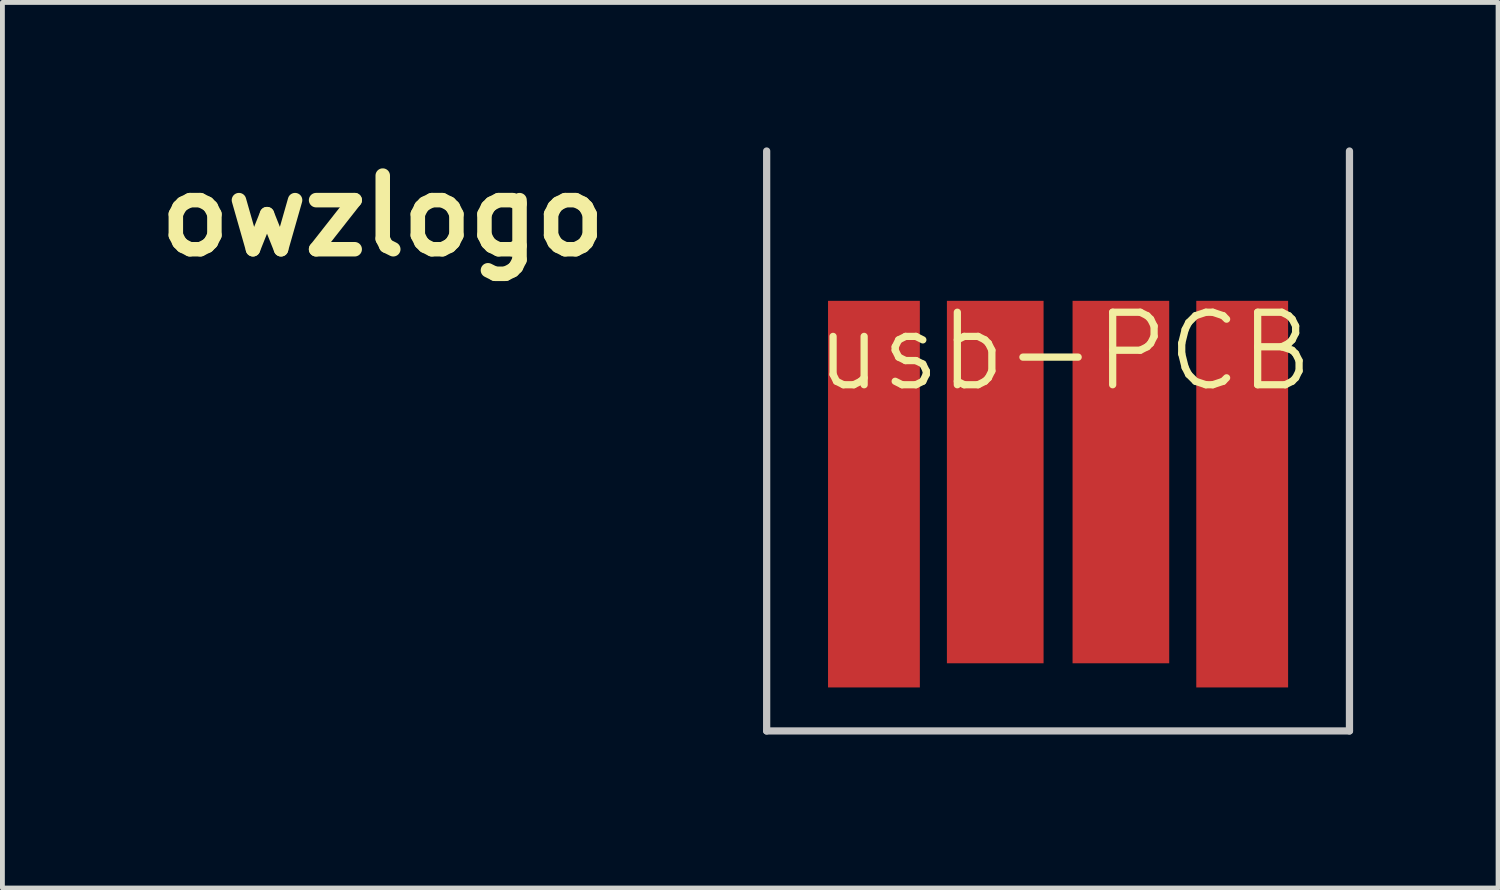
<source format=kicad_pcb>
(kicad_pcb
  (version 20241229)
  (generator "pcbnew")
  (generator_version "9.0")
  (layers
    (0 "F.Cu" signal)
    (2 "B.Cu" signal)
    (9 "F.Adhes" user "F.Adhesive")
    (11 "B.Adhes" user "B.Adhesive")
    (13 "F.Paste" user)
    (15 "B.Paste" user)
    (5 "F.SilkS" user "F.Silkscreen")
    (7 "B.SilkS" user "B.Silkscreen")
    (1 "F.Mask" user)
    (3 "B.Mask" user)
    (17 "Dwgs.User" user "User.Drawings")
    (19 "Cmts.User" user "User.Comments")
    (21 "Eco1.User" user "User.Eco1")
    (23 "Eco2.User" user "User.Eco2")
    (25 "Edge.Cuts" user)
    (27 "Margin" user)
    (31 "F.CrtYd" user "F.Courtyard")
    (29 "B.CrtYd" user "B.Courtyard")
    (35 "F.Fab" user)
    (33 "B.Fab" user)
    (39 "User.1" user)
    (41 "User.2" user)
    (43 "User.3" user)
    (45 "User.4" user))
  (footprint "usb-PCB"
    (layer "F.Cu")
    (at 18.844 12.075)
    (property "Reference" "usb-PCB" (at 0.13 -7.85 0) (layer "F.SilkS") (effects (font (size 1.5 1.5) (thickness 0.15))))
    (attr exclude_from_pos_files)
    (fp_line (start -6.03 0) (end -6.03 -12) (stroke (width 0.15) (type solid)) (layer "Dwgs.User"))
    (fp_line (start 6.03 0) (end -6.03 0) (stroke (width 0.15) (type solid)) (layer "Dwgs.User"))
    (fp_line (start 6.03 0) (end 6.03 -12) (stroke (width 0.15) (type solid)) (layer "Dwgs.User"))
    (pad "1" connect rect (at 3.81 -4.9) (size 1.9 8) (layers "F.Cu" "F.Mask"))
    (pad "2" connect rect (at 1.3 -5.15) (size 2 7.5) (layers "F.Cu" "F.Mask"))
    (pad "3" connect rect (at -1.3 -5.15) (size 2 7.5) (layers "F.Cu" "F.Mask"))
    (pad "4" connect rect (at -3.81 -4.9) (size 1.9 8) (layers "F.Cu" "F.Mask")))
  (footprint "owzlogo"
    (layer "F.Cu")
    (at 4.87 1.418)
    (property "Reference" "owzlogo" (at 0 0 0) (layer "F.SilkS") (effects (font (size 1.524 1.524) (thickness 0.3))))
    (attr through_hole)
    (fp_poly (pts (xy 0.184 -0.056) (xy 0.193 -0.024) (xy 0.183 0.004) (xy 0.157 0.031) (xy 0.129 0.027) (xy 0.11 0.000152) (xy 0.107 -0.042) (xy 0.131 -0.065) (xy 0.152 -0.068) (xy 0.184 -0.056)) (stroke (width 0.01) (type solid)) (fill yes) (layer "F.Mask"))
    (fp_poly (pts (xy -0.485 -0.064) (xy -0.455 -0.047) (xy -0.442 -0.017) (xy -0.452 0.012) (xy -0.46 0.019) (xy -0.491 0.032) (xy -0.515 0.02) (xy -0.523 0.011) (xy -0.535 -0.024) (xy -0.522 -0.053) (xy -0.491 -0.065) (xy -0.485 -0.064)) (stroke (width 0.01) (type solid)) (fill yes) (layer "F.Mask"))
    (fp_poly (pts (xy -0.373 0.607) (xy -0.384 0.657) (xy -0.415 0.688) (xy -0.468 0.71) (xy -0.536 0.721) (xy -0.601 0.721) (xy -0.637 0.712) (xy -0.679 0.686) (xy -0.688 0.653) (xy -0.684 0.637) (xy -0.657 0.612) (xy -0.597 0.59) (xy -0.503 0.572) (xy -0.461 0.566) (xy -0.373 0.554) (xy -0.373 0.607)) (stroke (width 0.01) (type solid)) (fill yes) (layer "F.Mask"))
    (fp_poly (pts (xy 0.311 0.517) (xy 0.356 0.535) (xy 0.386 0.549) (xy 0.471 0.593) (xy 0.525 0.63) (xy 0.55 0.661) (xy 0.549 0.688) (xy 0.548 0.691) (xy 0.514 0.716) (xy 0.458 0.723) (xy 0.39 0.711) (xy 0.367 0.704) (xy 0.299 0.67) (xy 0.254 0.629) (xy 0.236 0.586) (xy 0.245 0.544) (xy 0.263 0.524) (xy 0.283 0.514) (xy 0.311 0.517)) (stroke (width 0.01) (type solid)) (fill yes) (layer "F.Mask"))
    (fp_poly (pts (xy 0.465 -0.713) (xy 0.514 -0.674) (xy 0.553 -0.62) (xy 0.576 -0.56) (xy 0.578 -0.547) (xy 0.581 -0.479) (xy 0.577 -0.426) (xy 0.566 -0.395) (xy 0.558 -0.389) (xy 0.544 -0.403) (xy 0.541 -0.419) (xy 0.532 -0.464) (xy 0.506 -0.524) (xy 0.471 -0.591) (xy 0.43 -0.652) (xy 0.422 -0.662) (xy 0.37 -0.728) (xy 0.416 -0.728) (xy 0.465 -0.713)) (stroke (width 0.01) (type solid)) (fill yes) (layer "F.Mask"))
    (fp_poly (pts (xy -0.403 -0.182) (xy -0.395 -0.179) (xy -0.413 -0.175) (xy -0.46 -0.168) (xy -0.52 -0.16) (xy -0.582 -0.143) (xy -0.642 -0.115) (xy -0.649 -0.111) (xy -0.687 -0.087) (xy -0.705 -0.082) (xy -0.714 -0.094) (xy -0.716 -0.102) (xy -0.715 -0.12) (xy -0.697 -0.134) (xy -0.656 -0.149) (xy -0.617 -0.159) (xy -0.547 -0.174) (xy -0.478 -0.182) (xy -0.437 -0.184) (xy -0.403 -0.182)) (stroke (width 0.01) (type solid)) (fill yes) (layer "F.Mask"))
    (fp_poly (pts (xy -0.729 -0.727) (xy -0.724 -0.719) (xy -0.736 -0.697) (xy -0.766 -0.656) (xy -0.796 -0.614) (xy -0.822 -0.57) (xy -0.848 -0.516) (xy -0.879 -0.441) (xy -0.893 -0.406) (xy -0.903 -0.386) (xy -0.91 -0.388) (xy -0.917 -0.417) (xy -0.922 -0.459) (xy -0.927 -0.528) (xy -0.92 -0.578) (xy -0.908 -0.606) (xy -0.867 -0.663) (xy -0.816 -0.706) (xy -0.763 -0.727) (xy -0.751 -0.728) (xy -0.729 -0.727)) (stroke (width 0.01) (type solid)) (fill yes) (layer "F.Mask"))
    (fp_poly (pts (xy -0.006 -0.56) (xy -0.004 -0.56) (xy 0.053 -0.541) (xy 0.109 -0.515) (xy 0.156 -0.487) (xy 0.187 -0.46) (xy 0.195 -0.441) (xy 0.194 -0.44) (xy 0.179 -0.432) (xy 0.143 -0.428) (xy 0.083 -0.427) (xy -0.005 -0.429) (xy -0.122 -0.434) (xy -0.157 -0.436) (xy -0.218 -0.44) (xy -0.253 -0.447) (xy -0.268 -0.458) (xy -0.271 -0.475) (xy -0.256 -0.514) (xy -0.214 -0.545) (xy -0.154 -0.564) (xy -0.082 -0.57) (xy -0.006 -0.56)) (stroke (width 0.01) (type solid)) (fill yes) (layer "F.Mask"))
    (fp_poly (pts (xy 0.101 -0.188) (xy 0.175 -0.18) (xy 0.252 -0.165) (xy 0.28 -0.159) (xy 0.336 -0.143) (xy 0.367 -0.129) (xy 0.381 -0.11) (xy 0.386 -0.081) (xy 0.387 -0.075) (xy 0.388 -0.036) (xy 0.386 -0.017) (xy 0.386 -0.017) (xy 0.373 -0.029) (xy 0.348 -0.059) (xy 0.335 -0.075) (xy 0.273 -0.13) (xy 0.193 -0.16) (xy 0.093 -0.166) (xy 0.064 -0.165) (xy 0.005 -0.161) (xy -0.024 -0.165) (xy -0.029 -0.175) (xy -0.009 -0.186) (xy 0.037 -0.19) (xy 0.101 -0.188)) (stroke (width 0.01) (type solid)) (fill yes) (layer "F.Mask"))
    (fp_poly (pts (xy -0.123 -0.064) (xy -0.072 -0.049) (xy -0.022 -0.019) (xy 0.038 0.032) (xy 0.047 0.04) (xy 0.088 0.089) (xy 0.099 0.137) (xy 0.081 0.192) (xy 0.068 0.216) (xy 0.034 0.272) (xy 0.072 0.286) (xy 0.089 0.294) (xy 0.1 0.308) (xy 0.105 0.333) (xy 0.107 0.377) (xy 0.105 0.446) (xy 0.104 0.471) (xy 0.098 0.642) (xy 0.211 0.745) (xy -0.089 0.745) (xy -0.186 0.745) (xy -0.27 0.744) (xy -0.335 0.742) (xy -0.377 0.741) (xy -0.389 0.739) (xy -0.384 0.72) (xy -0.369 0.683) (xy -0.364 0.671) (xy -0.341 0.577) (xy -0.35 0.478) (xy -0.38 0.394) (xy -0.403 0.342) (xy -0.41 0.312) (xy -0.403 0.296) (xy -0.397 0.292) (xy -0.387 0.281) (xy -0.349 0.281) (xy -0.347 0.285) (xy -0.309 0.304) (xy -0.241 0.315) (xy -0.169 0.318) (xy -0.126 0.318) (xy -0.114 0.315) (xy -0.13 0.308) (xy -0.139 0.305) (xy -0.189 0.292) (xy -0.244 0.283) (xy -0.295 0.277) (xy -0.332 0.276) (xy -0.349 0.281) (xy -0.387 0.281) (xy -0.385 0.279) (xy -0.387 0.255) (xy -0.399 0.228) (xy -0.246 0.228) (xy -0.226 0.235) (xy -0.193 0.237) (xy -0.14 0.231) (xy -0.098 0.215) (xy -0.092 0.211) (xy -0.076 0.196) (xy -0.08 0.191) (xy -0.109 0.192) (xy -0.144 0.196) (xy -0.202 0.206) (xy -0.236 0.218) (xy -0.246 0.228) (xy -0.399 0.228) (xy -0.406 0.213) (xy -0.407 0.209) (xy -0.442 0.14) (xy -0.404 0.074) (xy -0.383 0.043) (xy -0.298 0.043) (xy -0.286 0.069) (xy -0.277 0.077) (xy -0.249 0.095) (xy -0.237 0.101) (xy -0.218 0.091) (xy -0.197 0.077) (xy -0.176 0.05) (xy -0.186 0.028) (xy -0.223 0.017) (xy -0.237 0.017) (xy -0.281 0.024) (xy -0.298 0.043) (xy -0.383 0.043) (xy -0.355 0.002) (xy -0.304 -0.042) (xy -0.242 -0.063) (xy -0.186 -0.067) (xy -0.123 -0.064)) (stroke (width 0.01) (type solid)) (fill yes) (layer "F.Mask"))
    (fp_poly (pts (xy -0.071 -1.212) (xy 0.113 -1.179) (xy 0.286 -1.119) (xy 0.446 -1.033) (xy 0.59 -0.923) (xy 0.715 -0.793) (xy 0.819 -0.646) (xy 0.899 -0.482) (xy 0.953 -0.306) (xy 0.978 -0.12) (xy 0.977 0.016) (xy 0.949 0.204) (xy 0.893 0.384) (xy 0.81 0.549) (xy 0.745 0.643) (xy 0.719 0.683) (xy 0.705 0.713) (xy 0.705 0.72) (xy 0.695 0.733) (xy 0.66 0.741) (xy 0.649 0.742) (xy 0.586 0.747) (xy 0.619 0.71) (xy 0.64 0.675) (xy 0.65 0.624) (xy 0.651 0.577) (xy 0.634 0.47) (xy 0.586 0.371) (xy 0.508 0.283) (xy 0.496 0.273) (xy 0.46 0.241) (xy 0.446 0.221) (xy 0.451 0.203) (xy 0.464 0.189) (xy 0.484 0.17) (xy 0.507 0.164) (xy 0.544 0.168) (xy 0.585 0.177) (xy 0.645 0.194) (xy 0.698 0.215) (xy 0.718 0.226) (xy 0.765 0.251) (xy 0.79 0.25) (xy 0.794 0.224) (xy 0.776 0.173) (xy 0.736 0.097) (xy 0.719 0.068) (xy 0.678 -0.007) (xy 0.639 -0.088) (xy 0.611 -0.16) (xy 0.609 -0.168) (xy 0.591 -0.228) (xy 0.584 -0.27) (xy 0.587 -0.306) (xy 0.599 -0.35) (xy 0.603 -0.361) (xy 0.622 -0.461) (xy 0.615 -0.554) (xy 0.583 -0.636) (xy 0.529 -0.701) (xy 0.458 -0.745) (xy 0.37 -0.762) (xy 0.363 -0.762) (xy 0.304 -0.771) (xy 0.248 -0.794) (xy 0.248 -0.794) (xy 0.137 -0.844) (xy 0.006 -0.875) (xy -0.136 -0.888) (xy -0.282 -0.881) (xy -0.424 -0.856) (xy -0.532 -0.819) (xy -0.6 -0.794) (xy -0.669 -0.773) (xy -0.711 -0.763) (xy -0.805 -0.739) (xy -0.874 -0.698) (xy -0.922 -0.636) (xy -0.93 -0.622) (xy -0.959 -0.525) (xy -0.96 -0.421) (xy -0.941 -0.339) (xy -0.931 -0.266) (xy -0.947 -0.174) (xy -0.986 -0.066) (xy -1.05 0.057) (xy -1.084 0.114) (xy -1.113 0.164) (xy -1.131 0.206) (xy -1.135 0.223) (xy -1.122 0.248) (xy -1.097 0.253) (xy -1.076 0.238) (xy -1.055 0.225) (xy -1.012 0.206) (xy -0.954 0.187) (xy -0.953 0.186) (xy -0.894 0.169) (xy -0.857 0.161) (xy -0.833 0.164) (xy -0.815 0.176) (xy -0.81 0.18) (xy -0.786 0.21) (xy -0.782 0.242) (xy -0.8 0.285) (xy -0.827 0.327) (xy -0.881 0.414) (xy -0.913 0.486) (xy -0.927 0.551) (xy -0.926 0.613) (xy -0.922 0.666) (xy -0.923 0.708) (xy -0.925 0.72) (xy -0.949 0.74) (xy -0.987 0.743) (xy -1.027 0.729) (xy -1.041 0.718) (xy -1.086 0.664) (xy -1.137 0.588) (xy -1.188 0.501) (xy -1.233 0.413) (xy -1.254 0.364) (xy -1.31 0.182) (xy -1.333 -0.003) (xy -1.326 -0.188) (xy -1.291 -0.368) (xy -1.227 -0.54) (xy -1.137 -0.701) (xy -1.023 -0.846) (xy -0.885 -0.972) (xy -0.725 -1.075) (xy -0.715 -1.081) (xy -0.585 -1.141) (xy -0.466 -1.181) (xy -0.342 -1.205) (xy -0.263 -1.213) (xy -0.071 -1.212)) (stroke (width 0.01) (type solid)) (fill yes) (layer "F.Mask")))
  (gr_rect
    (start -3 -3)
    (end 27.949 15.325)
    (stroke (width 0.1) (type default))
    (fill no)
    (layer "Edge.Cuts")))
</source>
